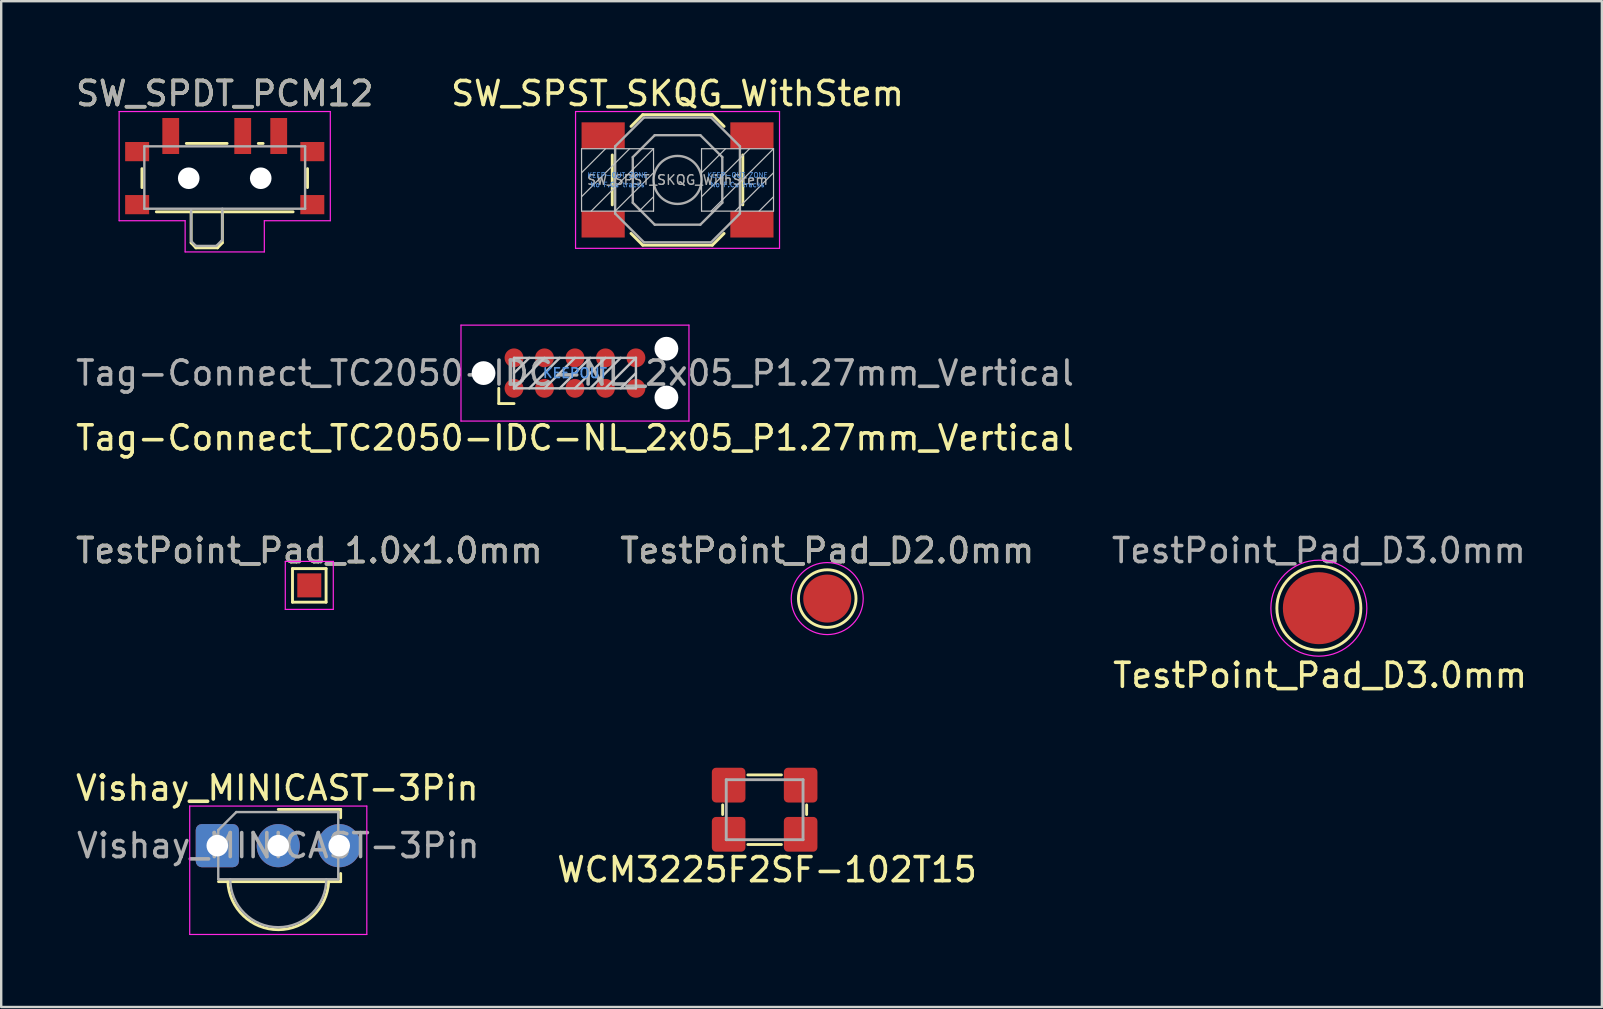
<source format=kicad_pcb>
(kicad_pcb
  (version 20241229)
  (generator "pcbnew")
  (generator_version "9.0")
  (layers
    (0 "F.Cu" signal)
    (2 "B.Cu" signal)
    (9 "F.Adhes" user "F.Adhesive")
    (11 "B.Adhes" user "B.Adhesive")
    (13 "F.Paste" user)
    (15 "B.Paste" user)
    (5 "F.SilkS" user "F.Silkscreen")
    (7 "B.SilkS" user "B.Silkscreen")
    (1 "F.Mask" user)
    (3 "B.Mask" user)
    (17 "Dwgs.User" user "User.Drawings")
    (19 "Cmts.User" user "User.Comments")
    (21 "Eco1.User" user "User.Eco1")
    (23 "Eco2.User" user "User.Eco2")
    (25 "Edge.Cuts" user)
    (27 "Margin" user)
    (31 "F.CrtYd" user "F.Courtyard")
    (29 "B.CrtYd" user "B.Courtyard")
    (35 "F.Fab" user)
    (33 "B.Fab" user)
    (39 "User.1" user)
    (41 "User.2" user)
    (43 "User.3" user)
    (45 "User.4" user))
  (footprint "WCM3225F2SF-102T15"
    (layer "F.Cu")
    (at 28.815 30.693)
    (property "Reference" "WCM3225F2SF-102T15" (at 0.1 2.5 0) (layer "F.SilkS") (effects (font (size 1 1) (thickness 0.15))))
    (attr through_hole)
    (fp_line (start -1.75 -0.2) (end -1.75 0.2) (stroke (width 0.12) (type solid)) (layer "F.SilkS"))
    (fp_line (start -0.7 -1.45) (end 0.7 -1.45) (stroke (width 0.12) (type solid)) (layer "F.SilkS"))
    (fp_line (start -0.7 1.45) (end 0.7 1.45) (stroke (width 0.12) (type solid)) (layer "F.SilkS"))
    (fp_line (start 1.75 -0.2) (end 1.75 0.2) (stroke (width 0.12) (type solid)) (layer "F.SilkS"))
    (fp_line (start -1.6 -1.25) (end 1.6 -1.25) (stroke (width 0.12) (type solid)) (layer "F.Fab"))
    (fp_line (start -1.6 1.25) (end -1.6 -1.25) (stroke (width 0.12) (type solid)) (layer "F.Fab"))
    (fp_line (start 1.6 -1.25) (end 1.6 1.25) (stroke (width 0.12) (type solid)) (layer "F.Fab"))
    (fp_line (start 1.6 1.25) (end -1.6 1.25) (stroke (width 0.12) (type solid)) (layer "F.Fab"))
    (pad "1" smd roundrect (at -1.5 -1.025 90) (size 1.45 1.4) (layers "F.Cu" "F.Mask" "F.Paste") (roundrect_rratio 0.125))
    (pad "2" smd roundrect (at 1.5 -1.025 90) (size 1.45 1.4) (layers "F.Cu" "F.Mask" "F.Paste") (roundrect_rratio 0.125))
    (pad "3" smd roundrect (at -1.5 1.025 90) (size 1.45 1.4) (layers "F.Cu" "F.Mask" "F.Paste") (roundrect_rratio 0.125))
    (pad "4" smd roundrect (at 1.5 1.025 90) (size 1.45 1.4) (layers "F.Cu" "F.Mask" "F.Paste") (roundrect_rratio 0.125)))
  (footprint "SW_SPST_SKQG_WithStem"
    (layer "F.Cu")
    (at 25.185 4.448)
    (property "Reference" "SW_SPST_SKQG_WithStem" (at 0 -3.6 0) (layer "F.SilkS") (effects (font (size 1 1) (thickness 0.15))))
    (attr smd)
    (fp_line (start -2.72 1.04) (end -2.72 -1.04) (stroke (width 0.12) (type solid)) (layer "F.SilkS"))
    (fp_line (start -1.45 -2.72) (end -1.94 -2.23) (stroke (width 0.12) (type solid)) (layer "F.SilkS"))
    (fp_line (start -1.45 -2.72) (end 1.45 -2.72) (stroke (width 0.12) (type solid)) (layer "F.SilkS"))
    (fp_line (start -1.45 2.72) (end -1.94 2.23) (stroke (width 0.12) (type solid)) (layer "F.SilkS"))
    (fp_line (start -1.45 2.72) (end 1.45 2.72) (stroke (width 0.12) (type solid)) (layer "F.SilkS"))
    (fp_line (start 1.45 -2.72) (end 1.94 -2.23) (stroke (width 0.12) (type solid)) (layer "F.SilkS"))
    (fp_line (start 1.45 2.72) (end 1.94 2.23) (stroke (width 0.12) (type solid)) (layer "F.SilkS"))
    (fp_line (start 2.72 1.04) (end 2.72 -1.04) (stroke (width 0.12) (type solid)) (layer "F.SilkS"))
    (fp_line (start -4 -1.3) (end -1 -1.3) (stroke (width 0.05) (type solid)) (layer "Dwgs.User"))
    (fp_line (start -4 -0.3) (end -3 -1.3) (stroke (width 0.05) (type solid)) (layer "Dwgs.User"))
    (fp_line (start -4 0.7) (end -2 -1.3) (stroke (width 0.05) (type solid)) (layer "Dwgs.User"))
    (fp_line (start -4 1.3) (end -4 -1.3) (stroke (width 0.05) (type solid)) (layer "Dwgs.User"))
    (fp_line (start -2.6 1.3) (end -1 -0.3) (stroke (width 0.05) (type solid)) (layer "Dwgs.User"))
    (fp_line (start -1 -1.3) (end -3.6 1.3) (stroke (width 0.05) (type solid)) (layer "Dwgs.User"))
    (fp_line (start -1 -1.3) (end -1 1.3) (stroke (width 0.05) (type solid)) (layer "Dwgs.User"))
    (fp_line (start -1 0.7) (end -1.6 1.3) (stroke (width 0.05) (type solid)) (layer "Dwgs.User"))
    (fp_line (start -1 1.3) (end -4 1.3) (stroke (width 0.05) (type solid)) (layer "Dwgs.User"))
    (fp_line (start 1 -1.3) (end 4 -1.3) (stroke (width 0.05) (type solid)) (layer "Dwgs.User"))
    (fp_line (start 1 -0.3) (end 2 -1.3) (stroke (width 0.05) (type solid)) (layer "Dwgs.User"))
    (fp_line (start 1 0.7) (end 3 -1.3) (stroke (width 0.05) (type solid)) (layer "Dwgs.User"))
    (fp_line (start 1 1.3) (end 1 -1.3) (stroke (width 0.05) (type solid)) (layer "Dwgs.User"))
    (fp_line (start 2.4 1.3) (end 4 -0.3) (stroke (width 0.05) (type solid)) (layer "Dwgs.User"))
    (fp_line (start 4 -1.3) (end 1.4 1.3) (stroke (width 0.05) (type solid)) (layer "Dwgs.User"))
    (fp_line (start 4 -1.3) (end 4 1.3) (stroke (width 0.05) (type solid)) (layer "Dwgs.User"))
    (fp_line (start 4 0.7) (end 3.4 1.3) (stroke (width 0.05) (type solid)) (layer "Dwgs.User"))
    (fp_line (start 4 1.3) (end 1 1.3) (stroke (width 0.05) (type solid)) (layer "Dwgs.User"))
    (fp_line (start -4.25 -2.85) (end -4.25 2.85) (stroke (width 0.05) (type solid)) (layer "F.CrtYd"))
    (fp_line (start -4.25 2.85) (end 4.25 2.85) (stroke (width 0.05) (type solid)) (layer "F.CrtYd"))
    (fp_line (start 4.25 -2.85) (end -4.25 -2.85) (stroke (width 0.05) (type solid)) (layer "F.CrtYd"))
    (fp_line (start 4.25 2.85) (end 4.25 -2.85) (stroke (width 0.05) (type solid)) (layer "F.CrtYd"))
    (fp_line (start -2.6 -1.4) (end -1.4 -2.6) (stroke (width 0.1) (type solid)) (layer "F.Fab"))
    (fp_line (start -2.6 1.4) (end -2.6 -1.4) (stroke (width 0.1) (type solid)) (layer "F.Fab"))
    (fp_line (start -1.865 0.95) (end -1.865 -0.95) (stroke (width 0.1) (type solid)) (layer "F.Fab"))
    (fp_line (start -1.4 -2.6) (end 1.4 -2.6) (stroke (width 0.1) (type solid)) (layer "F.Fab"))
    (fp_line (start -1.4 2.6) (end -2.6 1.4) (stroke (width 0.1) (type solid)) (layer "F.Fab"))
    (fp_line (start -0.95 -1.865) (end -1.865 -0.95) (stroke (width 0.1) (type solid)) (layer "F.Fab"))
    (fp_line (start -0.95 -1.865) (end 0.95 -1.865) (stroke (width 0.1) (type solid)) (layer "F.Fab"))
    (fp_line (start -0.95 1.865) (end -1.865 0.95) (stroke (width 0.1) (type solid)) (layer "F.Fab"))
    (fp_line (start 0.95 -1.865) (end 1.865 -0.95) (stroke (width 0.1) (type solid)) (layer "F.Fab"))
    (fp_line (start 0.95 1.865) (end -0.95 1.865) (stroke (width 0.1) (type solid)) (layer "F.Fab"))
    (fp_line (start 0.95 1.865) (end 1.865 0.95) (stroke (width 0.1) (type solid)) (layer "F.Fab"))
    (fp_line (start 1.4 -2.6) (end 2.6 -1.4) (stroke (width 0.1) (type solid)) (layer "F.Fab"))
    (fp_line (start 1.4 2.6) (end -1.4 2.6) (stroke (width 0.1) (type solid)) (layer "F.Fab"))
    (fp_line (start 1.865 -0.95) (end 1.865 0.95) (stroke (width 0.1) (type solid)) (layer "F.Fab"))
    (fp_line (start 2.6 -1.4) (end 2.6 1.4) (stroke (width 0.1) (type solid)) (layer "F.Fab"))
    (fp_line (start 2.6 1.4) (end 1.4 2.6) (stroke (width 0.1) (type solid)) (layer "F.Fab"))
    (fp_circle (center 0 0) (end 1 0) (stroke (width 0.1) (type solid)) (fill no) (layer "F.Fab"))
    (fp_text user "No F.Cu tracks" (at -2.5 0.2 0) (layer "Cmts.User") (effects (font (size 0.2 0.2) (thickness 0.03))))
    (fp_text user "No F.Cu tracks" (at 2.5 0.2 0) (layer "Cmts.User") (effects (font (size 0.2 0.2) (thickness 0.03))))
    (fp_text user "KEEP-OUT ZONE" (at 2.5 -0.2 0) (layer "Cmts.User") (effects (font (size 0.2 0.2) (thickness 0.03))))
    (fp_text user "KEEP-OUT ZONE" (at -2.5 -0.2 0) (layer "Cmts.User") (effects (font (size 0.2 0.2) (thickness 0.03))))
    (fp_text user "${REFERENCE}" (at 0 0 0) (layer "F.Fab") (effects (font (size 0.4 0.4) (thickness 0.06))))
    (pad "1" smd rect (at -3.1 -1.85) (size 1.8 1.1) (layers "F.Cu" "F.Mask" "F.Paste"))
    (pad "1" smd rect (at 3.1 -1.85) (size 1.8 1.1) (layers "F.Cu" "F.Mask" "F.Paste"))
    (pad "2" smd rect (at -3.1 1.85) (size 1.8 1.1) (layers "F.Cu" "F.Mask" "F.Paste"))
    (pad "2" smd rect (at 3.1 1.85) (size 1.8 1.1) (layers "F.Cu" "F.Mask" "F.Paste")))
  (footprint "TestPoint_Pad_1.0x1.0mm"
    (layer "F.Cu")
    (at 9.839 21.345)
    (property "Reference" "TestPoint_Pad_1.0x1.0mm" (at 0 -1.448 0) (layer "F.SilkS") (effects (font (size 1 1) (thickness 0.15))))
    (attr exclude_from_pos_files exclude_from_bom)
    (fp_line (start -0.7 -0.7) (end 0.7 -0.7) (stroke (width 0.12) (type solid)) (layer "F.SilkS"))
    (fp_line (start -0.7 0.7) (end -0.7 -0.7) (stroke (width 0.12) (type solid)) (layer "F.SilkS"))
    (fp_line (start 0.7 -0.7) (end 0.7 0.7) (stroke (width 0.12) (type solid)) (layer "F.SilkS"))
    (fp_line (start 0.7 0.7) (end -0.7 0.7) (stroke (width 0.12) (type solid)) (layer "F.SilkS"))
    (fp_line (start -1 -1) (end -1 1) (stroke (width 0.05) (type solid)) (layer "F.CrtYd"))
    (fp_line (start -1 -1) (end 1 -1) (stroke (width 0.05) (type solid)) (layer "F.CrtYd"))
    (fp_line (start 1 1) (end -1 1) (stroke (width 0.05) (type solid)) (layer "F.CrtYd"))
    (fp_line (start 1 1) (end 1 -1) (stroke (width 0.05) (type solid)) (layer "F.CrtYd"))
    (fp_text user "${REFERENCE}" (at 0 -1.45 0) (layer "F.Fab") (effects (font (size 1 1) (thickness 0.15))))
    (pad "1" smd rect (at 0 0) (size 1 1) (layers "F.Cu" "F.Mask")))
  (footprint "SW_SPDT_PCM12"
    (layer "F.Cu")
    (at 6.315 4.048)
    (property "Reference" "SW_SPDT_PCM12" (at 0 -3.2 180) (layer "F.SilkS") (effects (font (size 1 1) (thickness 0.15))))
    (attr smd)
    (fp_line (start -3.45 -0.07) (end -3.45 0.72) (stroke (width 0.12) (type solid)) (layer "F.SilkS"))
    (fp_line (start -2.85 1.73) (end 2.85 1.73) (stroke (width 0.12) (type solid)) (layer "F.SilkS"))
    (fp_line (start -1.6 -1.12) (end 0.1 -1.12) (stroke (width 0.12) (type solid)) (layer "F.SilkS"))
    (fp_line (start -1.4 1.73) (end -1.4 3.02) (stroke (width 0.12) (type solid)) (layer "F.SilkS"))
    (fp_line (start -1.4 3.02) (end -1.2 3.23) (stroke (width 0.12) (type solid)) (layer "F.SilkS"))
    (fp_line (start -1.2 3.23) (end -0.3 3.23) (stroke (width 0.12) (type solid)) (layer "F.SilkS"))
    (fp_line (start -0.1 3.02) (end -0.3 3.23) (stroke (width 0.12) (type solid)) (layer "F.SilkS"))
    (fp_line (start -0.1 3.02) (end -0.1 1.73) (stroke (width 0.12) (type solid)) (layer "F.SilkS"))
    (fp_line (start 1.4 -1.12) (end 1.6 -1.12) (stroke (width 0.12) (type solid)) (layer "F.SilkS"))
    (fp_line (start 3.45 0.72) (end 3.45 -0.07) (stroke (width 0.12) (type solid)) (layer "F.SilkS"))
    (fp_line (start -4.4 -2.45) (end 4.4 -2.45) (stroke (width 0.05) (type solid)) (layer "F.CrtYd"))
    (fp_line (start -4.4 2.1) (end -4.4 -2.45) (stroke (width 0.05) (type solid)) (layer "F.CrtYd"))
    (fp_line (start -1.65 2.1) (end -4.4 2.1) (stroke (width 0.05) (type solid)) (layer "F.CrtYd"))
    (fp_line (start -1.65 3.4) (end -1.65 2.1) (stroke (width 0.05) (type solid)) (layer "F.CrtYd"))
    (fp_line (start 1.65 2.1) (end 1.65 3.4) (stroke (width 0.05) (type solid)) (layer "F.CrtYd"))
    (fp_line (start 1.65 3.4) (end -1.65 3.4) (stroke (width 0.05) (type solid)) (layer "F.CrtYd"))
    (fp_line (start 4.4 -2.45) (end 4.4 2.1) (stroke (width 0.05) (type solid)) (layer "F.CrtYd"))
    (fp_line (start 4.4 2.1) (end 1.65 2.1) (stroke (width 0.05) (type solid)) (layer "F.CrtYd"))
    (fp_line (start -3.35 -1) (end -3.35 1.6) (stroke (width 0.1) (type solid)) (layer "F.Fab"))
    (fp_line (start -3.35 1.6) (end 3.35 1.6) (stroke (width 0.1) (type solid)) (layer "F.Fab"))
    (fp_line (start -1.4 1.65) (end -1.4 2.95) (stroke (width 0.1) (type solid)) (layer "F.Fab"))
    (fp_line (start -1.4 2.95) (end -1.2 3.15) (stroke (width 0.1) (type solid)) (layer "F.Fab"))
    (fp_line (start -1.2 3.15) (end -0.35 3.15) (stroke (width 0.1) (type solid)) (layer "F.Fab"))
    (fp_line (start -0.35 3.15) (end -0.15 2.95) (stroke (width 0.1) (type solid)) (layer "F.Fab"))
    (fp_line (start -0.15 2.95) (end -0.1 2.9) (stroke (width 0.1) (type solid)) (layer "F.Fab"))
    (fp_line (start -0.1 2.9) (end -0.1 1.6) (stroke (width 0.1) (type solid)) (layer "F.Fab"))
    (fp_line (start 3.35 -1) (end -3.35 -1) (stroke (width 0.1) (type solid)) (layer "F.Fab"))
    (fp_line (start 3.35 1.6) (end 3.35 -1) (stroke (width 0.1) (type solid)) (layer "F.Fab"))
    (fp_text user "${REFERENCE}" (at 0 -3.2 180) (layer "F.Fab") (effects (font (size 1 1) (thickness 0.15))))
    (pad "" smd rect (at -3.65 -0.78) (size 1 0.8) (layers "F.Cu" "F.Mask" "F.Paste"))
    (pad "" smd rect (at -3.65 1.43) (size 1 0.8) (layers "F.Cu" "F.Mask" "F.Paste"))
    (pad "" np_thru_hole circle (at -1.5 0.33) (size 0.9 0.9) (drill 0.9) (layers "*.Cu" "*.Mask"))
    (pad "" np_thru_hole circle (at 1.5 0.33) (size 0.9 0.9) (drill 0.9) (layers "*.Cu" "*.Mask"))
    (pad "" smd rect (at 3.65 -0.78) (size 1 0.8) (layers "F.Cu" "F.Mask" "F.Paste"))
    (pad "" smd rect (at 3.65 1.43) (size 1 0.8) (layers "F.Cu" "F.Mask" "F.Paste"))
    (pad "1" smd rect (at -2.25 -1.43) (size 0.7 1.5) (layers "F.Cu" "F.Mask" "F.Paste"))
    (pad "2" smd rect (at 0.75 -1.43) (size 0.7 1.5) (layers "F.Cu" "F.Mask" "F.Paste"))
    (pad "3" smd rect (at 2.25 -1.43) (size 0.7 1.5) (layers "F.Cu" "F.Mask" "F.Paste")))
  (footprint "TestPoint_Pad_D2.0mm"
    (layer "F.Cu")
    (at 31.423 21.895)
    (property "Reference" "TestPoint_Pad_D2.0mm" (at 0 -1.998 0) (layer "F.SilkS") (effects (font (size 1 1) (thickness 0.15))))
    (attr exclude_from_pos_files exclude_from_bom)
    (fp_circle (center 0 0) (end 0 1.2) (stroke (width 0.12) (type solid)) (fill no) (layer "F.SilkS"))
    (fp_circle (center 0 0) (end 1.5 0) (stroke (width 0.05) (type solid)) (fill no) (layer "F.CrtYd"))
    (fp_text user "${REFERENCE}" (at 0 -2 0) (layer "F.Fab") (effects (font (size 1 1) (thickness 0.15))))
    (pad "1" smd circle (at 0 0) (size 2 2) (layers "F.Cu" "F.Mask")))
  (footprint "Tag-Connect_TC2050-IDC-NL_2x05_P1.27mm_Vertical"
    (layer "F.Cu")
    (at 20.911 12.498)
    (property "Reference" "Tag-Connect_TC2050-IDC-NL_2x05_P1.27mm_Vertical" (at 0 2.7 0) (layer "F.SilkS") (effects (font (size 1 1) (thickness 0.15))))
    (attr exclude_from_pos_files exclude_from_bom)
    (fp_line (start -3.175 1.27) (end -3.175 0.635) (stroke (width 0.12) (type solid)) (layer "F.SilkS"))
    (fp_line (start -2.54 1.27) (end -3.175 1.27) (stroke (width 0.12) (type solid)) (layer "F.SilkS"))
    (fp_line (start -2.54 -0.635) (end 2.54 -0.635) (stroke (width 0.1) (type solid)) (layer "Dwgs.User"))
    (fp_line (start -2.54 0) (end -1.905 -0.635) (stroke (width 0.1) (type solid)) (layer "Dwgs.User"))
    (fp_line (start -2.54 0.635) (end -2.54 -0.635) (stroke (width 0.1) (type solid)) (layer "Dwgs.User"))
    (fp_line (start -2.54 0.635) (end -1.27 -0.635) (stroke (width 0.1) (type solid)) (layer "Dwgs.User"))
    (fp_line (start -1.905 0.635) (end -0.635 -0.635) (stroke (width 0.1) (type solid)) (layer "Dwgs.User"))
    (fp_line (start -1.27 0.635) (end 0 -0.635) (stroke (width 0.1) (type solid)) (layer "Dwgs.User"))
    (fp_line (start -0.635 0.635) (end 0.635 -0.635) (stroke (width 0.1) (type solid)) (layer "Dwgs.User"))
    (fp_line (start 0 0.635) (end 1.27 -0.635) (stroke (width 0.1) (type solid)) (layer "Dwgs.User"))
    (fp_line (start 0.635 0.635) (end 1.905 -0.635) (stroke (width 0.1) (type solid)) (layer "Dwgs.User"))
    (fp_line (start 1.27 0.635) (end 2.54 -0.635) (stroke (width 0.1) (type solid)) (layer "Dwgs.User"))
    (fp_line (start 1.905 0.635) (end 2.54 0) (stroke (width 0.1) (type solid)) (layer "Dwgs.User"))
    (fp_line (start 2.54 -0.635) (end 2.54 0.635) (stroke (width 0.1) (type solid)) (layer "Dwgs.User"))
    (fp_line (start 2.54 0.635) (end -2.54 0.635) (stroke (width 0.1) (type solid)) (layer "Dwgs.User"))
    (fp_line (start -4.75 -2) (end 4.75 -2) (stroke (width 0.05) (type solid)) (layer "F.CrtYd"))
    (fp_line (start -4.75 2) (end -4.75 -2) (stroke (width 0.05) (type solid)) (layer "F.CrtYd"))
    (fp_line (start 4.75 -2) (end 4.75 2) (stroke (width 0.05) (type solid)) (layer "F.CrtYd"))
    (fp_line (start 4.75 2) (end -4.75 2) (stroke (width 0.05) (type solid)) (layer "F.CrtYd"))
    (fp_text user "KEEPOUT" (at 0 0 0) (layer "Cmts.User") (effects (font (size 0.4 0.4) (thickness 0.07))))
    (fp_text user "${REFERENCE}" (at 0 0 0) (layer "F.Fab") (effects (font (size 1 1) (thickness 0.15))))
    (pad "" np_thru_hole circle (at -3.81 0) (size 0.991 0.991) (drill 0.991) (layers "*.Cu" "*.Mask"))
    (pad "" np_thru_hole circle (at 3.81 -1.016) (size 0.991 0.991) (drill 0.991) (layers "*.Cu" "*.Mask"))
    (pad "" np_thru_hole circle (at 3.81 1.016) (size 0.991 0.991) (drill 0.991) (layers "*.Cu" "*.Mask"))
    (pad "1" connect circle (at -2.54 0.635) (size 0.787 0.787) (layers "F.Cu" "F.Mask"))
    (pad "2" connect circle (at -1.27 0.635) (size 0.787 0.787) (layers "F.Cu" "F.Mask"))
    (pad "3" connect circle (at 0 0.635) (size 0.787 0.787) (layers "F.Cu" "F.Mask"))
    (pad "4" connect circle (at 1.27 0.635) (size 0.787 0.787) (layers "F.Cu" "F.Mask"))
    (pad "5" connect circle (at 2.54 0.635) (size 0.787 0.787) (layers "F.Cu" "F.Mask"))
    (pad "6" connect circle (at 2.54 -0.635) (size 0.787 0.787) (layers "F.Cu" "F.Mask"))
    (pad "7" connect circle (at 1.27 -0.635) (size 0.787 0.787) (layers "F.Cu" "F.Mask"))
    (pad "8" connect circle (at 0 -0.635) (size 0.787 0.787) (layers "F.Cu" "F.Mask"))
    (pad "9" connect circle (at -1.27 -0.635) (size 0.787 0.787) (layers "F.Cu" "F.Mask"))
    (pad "10" connect circle (at -2.54 -0.635) (size 0.787 0.787) (layers "F.Cu" "F.Mask")))
  (footprint "Vishay_MINICAST-3Pin"
    (layer "F.Cu")
    (at 6.006 32.191)
    (property "Reference" "Vishay_MINICAST-3Pin" (at 2.5 -2.4 180) (layer "F.SilkS") (effects (font (size 1 1) (thickness 0.15))))
    (attr through_hole)
    (fp_line (start 5.14 -1.51) (end 2.54 -1.51) (stroke (width 0.12) (type solid)) (layer "F.SilkS"))
    (fp_line (start 5.14 -1.16) (end 5.14 -1.51) (stroke (width 0.12) (type solid)) (layer "F.SilkS"))
    (fp_line (start 5.14 1.16) (end 5.14 1.5) (stroke (width 0.12) (type solid)) (layer "F.SilkS"))
    (fp_line (start 5.14 1.5) (end 0.05 1.5) (stroke (width 0.12) (type solid)) (layer "F.SilkS"))
    (fp_arc (start 4.64 1.5) (mid 2.540869 3.502379) (end 0.440083 1.501736) (stroke (width 0.12) (type solid)) (layer "F.SilkS"))
    (fp_line (start -1.15 -1.65) (end -1.15 3.7) (stroke (width 0.05) (type solid)) (layer "F.CrtYd"))
    (fp_line (start -1.15 -1.65) (end 6.23 -1.65) (stroke (width 0.05) (type solid)) (layer "F.CrtYd"))
    (fp_line (start 6.23 3.7) (end -1.15 3.7) (stroke (width 0.05) (type solid)) (layer "F.CrtYd"))
    (fp_line (start 6.23 3.7) (end 6.23 -1.65) (stroke (width 0.05) (type solid)) (layer "F.CrtYd"))
    (fp_line (start 0.04 1.4) (end 0.04 -0.65) (stroke (width 0.1) (type solid)) (layer "F.Fab"))
    (fp_line (start 0.79 -1.4) (end 0.04 -0.65) (stroke (width 0.1) (type solid)) (layer "F.Fab"))
    (fp_line (start 0.79 -1.4) (end 5.04 -1.4) (stroke (width 0.1) (type solid)) (layer "F.Fab"))
    (fp_line (start 5.04 -1.4) (end 5.04 1.4) (stroke (width 0.1) (type solid)) (layer "F.Fab"))
    (fp_line (start 5.04 1.4) (end 0.04 1.4) (stroke (width 0.1) (type solid)) (layer "F.Fab"))
    (fp_arc (start 4.54 1.4) (mid 2.54 3.4) (end 0.54 1.4) (stroke (width 0.1) (type solid)) (layer "F.Fab"))
    (fp_text user "${REFERENCE}" (at 2.54 0 0) (layer "F.Fab") (effects (font (size 1 1) (thickness 0.15))))
    (pad "1" thru_hole roundrect (at 0 0) (size 1.8 1.8) (drill 0.9) (layers "*.Cu" "*.Mask") (roundrect_rratio 0.139))
    (pad "2" thru_hole circle (at 2.54 0) (size 1.8 1.8) (drill 0.9) (layers "*.Cu" "*.Mask"))
    (pad "3" thru_hole circle (at 5.08 0) (size 1.8 1.8) (drill 0.9) (layers "*.Cu" "*.Mask")))
  (footprint "TestPoint_Pad_D3.0mm"
    (layer "F.Cu")
    (at 51.911 22.295)
    (property "Reference" "TestPoint_Pad_D3.0mm" (at 0.05 2.8 0) (layer "F.SilkS") (effects (font (size 1 1) (thickness 0.15))))
    (attr exclude_from_pos_files exclude_from_bom)
    (fp_circle (center 0 0) (end 0 1.75) (stroke (width 0.12) (type solid)) (fill no) (layer "F.SilkS"))
    (fp_circle (center 0 0) (end 2 0) (stroke (width 0.05) (type solid)) (fill no) (layer "F.CrtYd"))
    (fp_text user "${REFERENCE}" (at 0 -2.4 0) (layer "F.Fab") (effects (font (size 1 1) (thickness 0.15))))
    (pad "1" smd circle (at 0 0) (size 3 3) (layers "F.Cu" "F.Mask")))
  (gr_rect
    (start -3 -3)
    (end 63.705 38.916)
    (stroke (width 0.1) (type default))
    (fill no)
    (layer "Edge.Cuts")))
</source>
